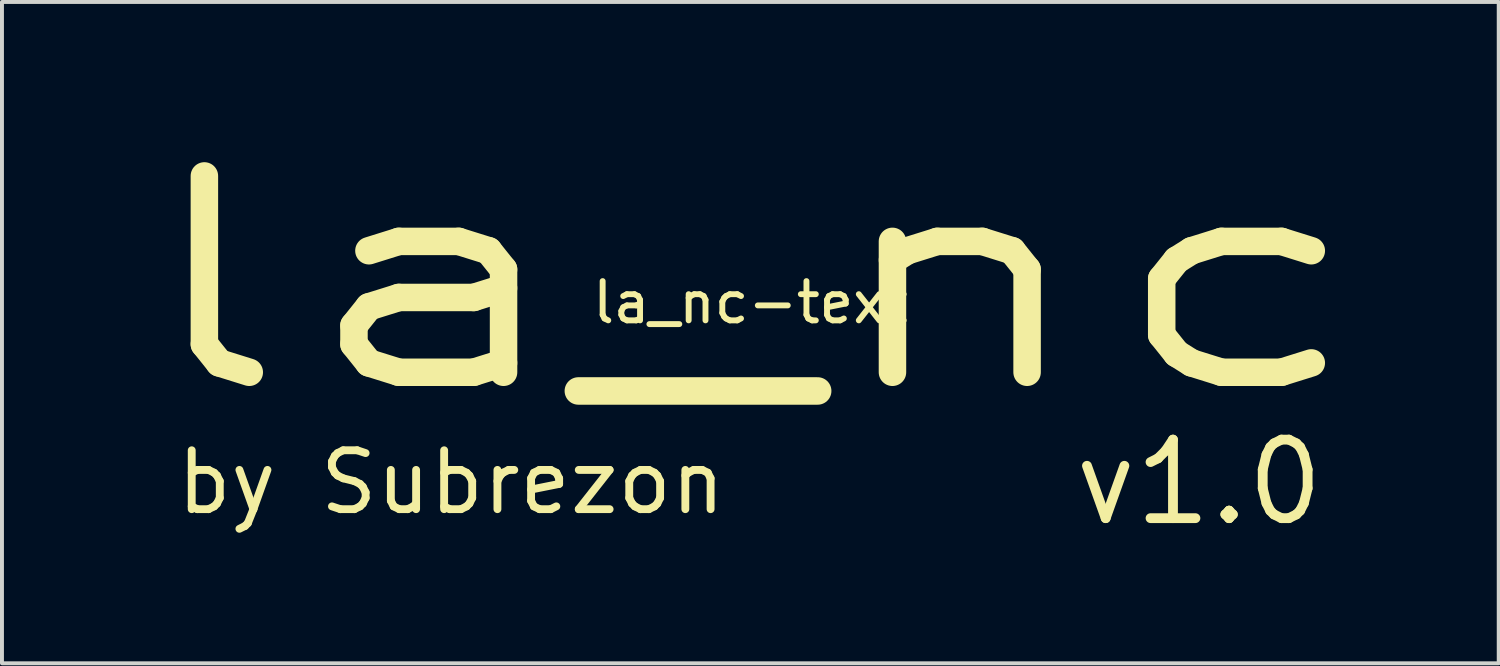
<source format=kicad_pcb>
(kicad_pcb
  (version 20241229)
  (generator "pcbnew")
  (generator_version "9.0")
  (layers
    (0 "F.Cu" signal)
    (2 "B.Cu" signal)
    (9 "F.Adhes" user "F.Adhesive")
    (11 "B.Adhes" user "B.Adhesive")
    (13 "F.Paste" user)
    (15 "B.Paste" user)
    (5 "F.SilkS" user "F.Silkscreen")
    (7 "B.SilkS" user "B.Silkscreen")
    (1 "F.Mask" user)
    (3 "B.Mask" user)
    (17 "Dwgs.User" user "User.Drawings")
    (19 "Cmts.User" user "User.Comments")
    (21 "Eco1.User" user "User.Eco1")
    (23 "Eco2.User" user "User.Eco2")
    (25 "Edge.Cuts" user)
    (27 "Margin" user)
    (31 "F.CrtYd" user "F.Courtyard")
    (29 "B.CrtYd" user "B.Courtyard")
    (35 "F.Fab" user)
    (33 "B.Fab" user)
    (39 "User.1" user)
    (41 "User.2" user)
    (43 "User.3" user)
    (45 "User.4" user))
  (footprint "la_nc-text"
    (layer "F.Cu")
    (at 16.06 4.154)
    (property "Reference" "la_nc-text" (at 0 0.5 0) (layer "F.SilkS") (effects (font (size 1 1) (thickness 0.15))))
    (attr through_hole)
    (fp_text user "la_nc" (at 0 0 0) (layer "F.SilkS") (effects (font (size 5 8) (thickness 0.7))))
    (fp_text user "by Subrezon" (at -7.62 5.08 0) (layer "F.SilkS") (effects (font (size 1.5 1.5) (thickness 0.2))))
    (fp_text user "v1.0" (at 11.43 5.08 0) (layer "F.SilkS") (effects (font (size 2 2) (thickness 0.25)))))
  (gr_rect
    (start -3 -3)
    (end 35.119 13.842)
    (stroke (width 0.1) (type default))
    (fill no)
    (layer "Edge.Cuts")))
</source>
